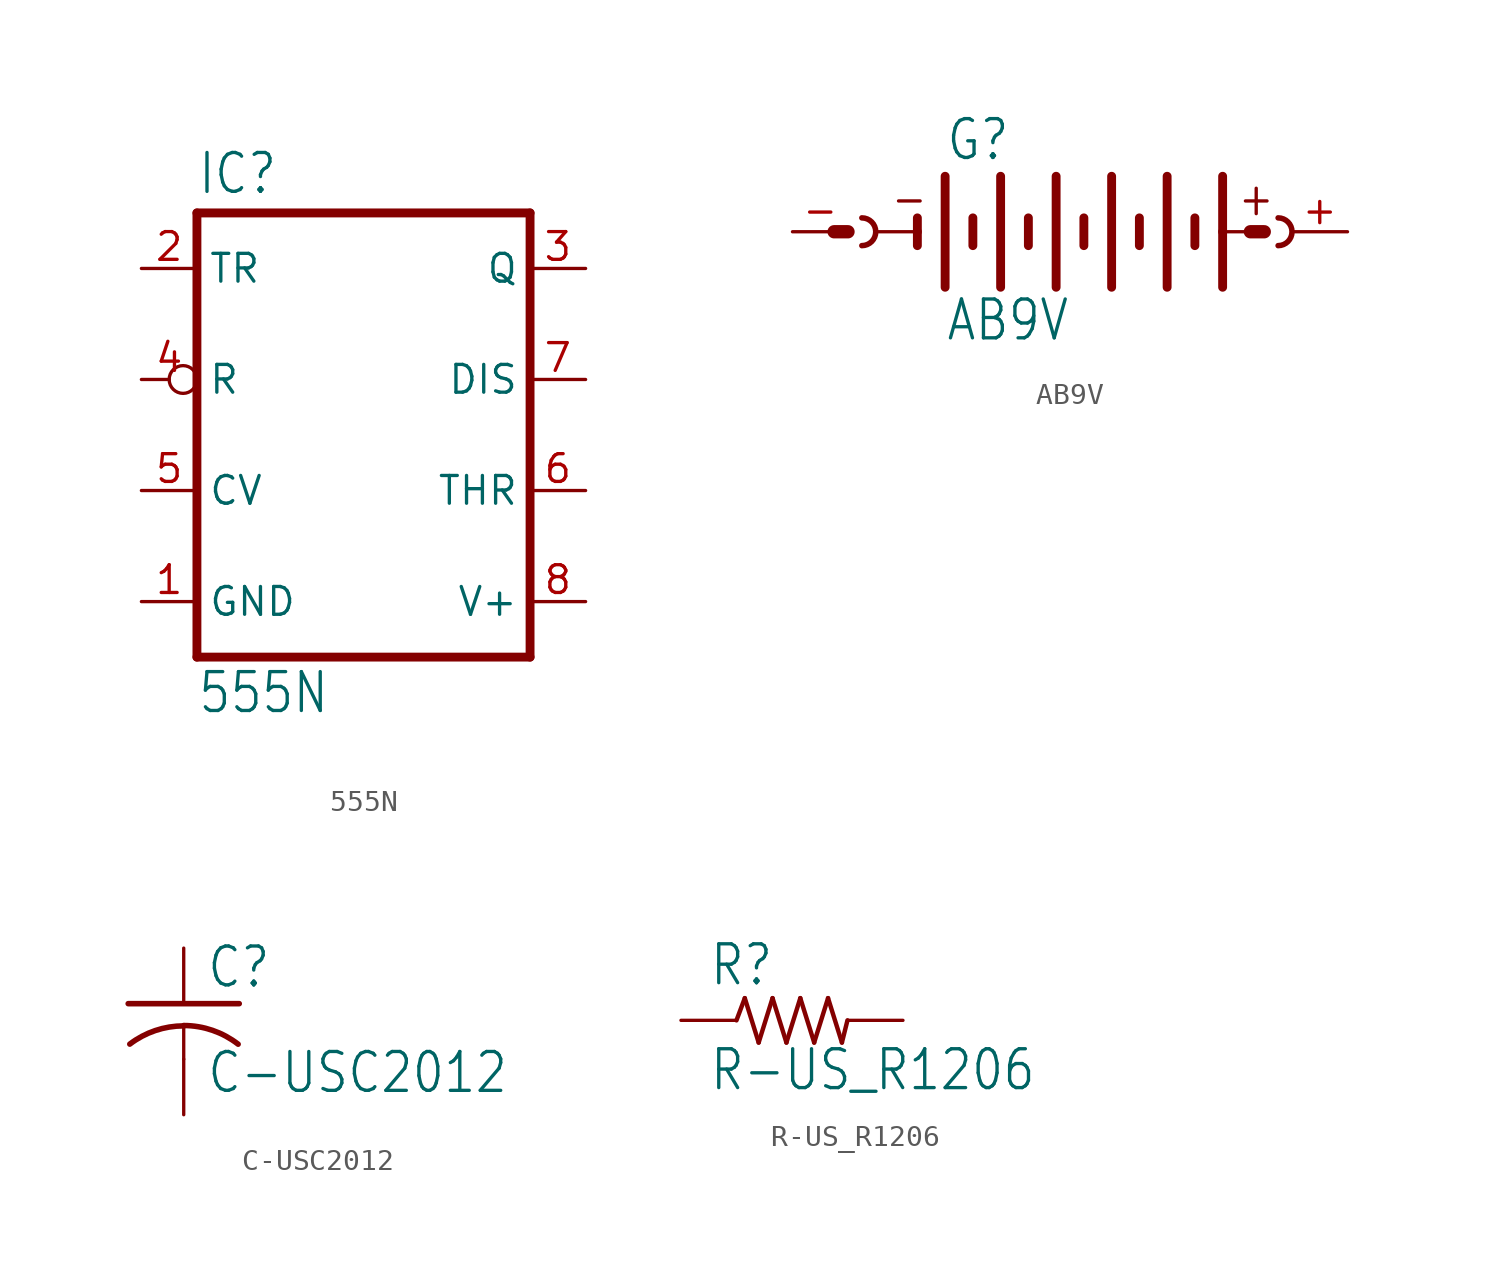
<source format=kicad_sym>
(kicad_symbol_lib
  (version 20211014)
  (generator kicad_symbol_editor)
  (symbol "555N"
    (property "Reference" "IC"
      (at -7.62 10.922 0)
      (effects (font (size 1.778 1.511)) (justify left bottom)))
    (property "Value" "555N"
      (at -7.62 -12.827 0)
      (effects (font (size 1.778 1.511)) (justify left bottom)))
    (property "ki_locked" ""
      (at 0 0 0)
      (effects (font (size 1.27 1.27))))
    (symbol "555N_1_0"
      (polyline (pts (xy -7.62 -10.16) (xy 7.62 -10.16)) (stroke (width 0.406) (type default) (color 0 0 0 0)) (fill (type none)))
      (polyline (pts (xy -7.62 10.16) (xy -7.62 -10.16)) (stroke (width 0.406) (type default) (color 0 0 0 0)) (fill (type none)))
      (polyline (pts (xy 7.62 -10.16) (xy 7.62 10.16)) (stroke (width 0.406) (type default) (color 0 0 0 0)) (fill (type none)))
      (polyline (pts (xy 7.62 10.16) (xy -7.62 10.16)) (stroke (width 0.406) (type default) (color 0 0 0 0)) (fill (type none)))
      (pin power_in line (at -10.16 -7.62 0) (length 2.54) (name "GND" (effects (font (size 1.27 1.27)))) (number "1" (effects (font (size 1.27 1.27)))))
      (pin input line (at -10.16 7.62 0) (length 2.54) (name "TR" (effects (font (size 1.27 1.27)))) (number "2" (effects (font (size 1.27 1.27)))))
      (pin output line (at 10.16 7.62 180) (length 2.54) (name "Q" (effects (font (size 1.27 1.27)))) (number "3" (effects (font (size 1.27 1.27)))))
      (pin input inverted (at -10.16 2.54 0) (length 2.54) (name "R" (effects (font (size 1.27 1.27)))) (number "4" (effects (font (size 1.27 1.27)))))
      (pin input line (at -10.16 -2.54 0) (length 2.54) (name "CV" (effects (font (size 1.27 1.27)))) (number "5" (effects (font (size 1.27 1.27)))))
      (pin input line (at 10.16 -2.54 180) (length 2.54) (name "THR" (effects (font (size 1.27 1.27)))) (number "6" (effects (font (size 1.27 1.27)))))
      (pin input line (at 10.16 2.54 180) (length 2.54) (name "DIS" (effects (font (size 1.27 1.27)))) (number "7" (effects (font (size 1.27 1.27)))))
      (pin power_in line (at 10.16 -7.62 180) (length 2.54) (name "V+" (effects (font (size 1.27 1.27)))) (number "8" (effects (font (size 1.27 1.27)))))))
  (symbol "AB9V"
    (property "Reference" "G"
      (at -5.715 3.175 0)
      (effects (font (size 1.778 1.511)) (justify left bottom)))
    (property "Value" "AB9V"
      (at -5.715 -5.08 0)
      (effects (font (size 1.778 1.511)) (justify left bottom)))
    (property "ki_locked" ""
      (at 0 0 0)
      (effects (font (size 1.27 1.27))))
    (symbol "AB9V_1_0"
      (arc (start -9.525 -0.635) (mid -8.89 0) (end -9.525 0.635) (stroke (width 0.254) (type default) (color 0 0 0 0)) (fill (type none)))
      (polyline (pts (xy -10.16 0) (xy -10.795 0)) (stroke (width 0.61) (type default) (color 0 0 0 0)) (fill (type none)))
      (polyline (pts (xy -8.89 0) (xy -6.985 0)) (stroke (width 0.152) (type default) (color 0 0 0 0)) (fill (type none)))
      (polyline (pts (xy -6.985 0) (xy -6.985 -0.635)) (stroke (width 0.406) (type default) (color 0 0 0 0)) (fill (type none)))
      (polyline (pts (xy -6.985 0.635) (xy -6.985 0)) (stroke (width 0.406) (type default) (color 0 0 0 0)) (fill (type none)))
      (polyline (pts (xy -5.715 2.54) (xy -5.715 -2.54)) (stroke (width 0.406) (type default) (color 0 0 0 0)) (fill (type none)))
      (polyline (pts (xy -4.445 0.635) (xy -4.445 -0.635)) (stroke (width 0.406) (type default) (color 0 0 0 0)) (fill (type none)))
      (polyline (pts (xy -3.175 2.54) (xy -3.175 -2.54)) (stroke (width 0.406) (type default) (color 0 0 0 0)) (fill (type none)))
      (polyline (pts (xy -1.905 0.635) (xy -1.905 -0.635)) (stroke (width 0.406) (type default) (color 0 0 0 0)) (fill (type none)))
      (polyline (pts (xy -0.635 2.54) (xy -0.635 -2.54)) (stroke (width 0.406) (type default) (color 0 0 0 0)) (fill (type none)))
      (polyline (pts (xy 0.635 0.635) (xy 0.635 -0.635)) (stroke (width 0.406) (type default) (color 0 0 0 0)) (fill (type none)))
      (polyline (pts (xy 1.905 2.54) (xy 1.905 -2.54)) (stroke (width 0.406) (type default) (color 0 0 0 0)) (fill (type none)))
      (polyline (pts (xy 3.175 0.635) (xy 3.175 -0.635)) (stroke (width 0.406) (type default) (color 0 0 0 0)) (fill (type none)))
      (polyline (pts (xy 4.445 2.54) (xy 4.445 -2.54)) (stroke (width 0.406) (type default) (color 0 0 0 0)) (fill (type none)))
      (polyline (pts (xy 5.715 0.635) (xy 5.715 -0.635)) (stroke (width 0.406) (type default) (color 0 0 0 0)) (fill (type none)))
      (polyline (pts (xy 6.985 0) (xy 6.985 -2.54)) (stroke (width 0.406) (type default) (color 0 0 0 0)) (fill (type none)))
      (polyline (pts (xy 6.985 0) (xy 8.255 0)) (stroke (width 0.152) (type default) (color 0 0 0 0)) (fill (type none)))
      (polyline (pts (xy 6.985 2.54) (xy 6.985 0)) (stroke (width 0.406) (type default) (color 0 0 0 0)) (fill (type none)))
      (polyline (pts (xy 8.255 0) (xy 8.89 0)) (stroke (width 0.61) (type default) (color 0 0 0 0)) (fill (type none)))
      (arc (start 9.525 -0.635) (mid 10.16 0) (end 9.525 0.635) (stroke (width 0.254) (type default) (color 0 0 0 0)) (fill (type none)))
      (text "+" (at 7.62 0.635 0) (effects (font (size 1.524 1.295)) (justify left bottom)))
      (text "-" (at -8.255 0.635 0) (effects (font (size 1.524 1.295)) (justify left bottom)))
      (pin passive line (at 12.7 0 180) (length 2.54) (name "+" (effects (font (size 0 0)))) (number "+" (effects (font (size 1.27 1.27)))))
      (pin passive line (at -12.7 0 0) (length 2.54) (name "-" (effects (font (size 0 0)))) (number "-" (effects (font (size 1.27 1.27)))))))
  (symbol "C-USC2012"
    (property "Reference" "C"
      (at 1.016 0.635 0)
      (effects (font (size 1.778 1.511)) (justify left bottom)))
    (property "Value" "C-USC2012"
      (at 1.016 -4.191 0)
      (effects (font (size 1.778 1.511)) (justify left bottom)))
    (property "ki_locked" ""
      (at 0 0 0)
      (effects (font (size 1.27 1.27))))
    (symbol "C-USC2012_1_0"
      (arc (start 0 -1.0161) (mid -1.302 -1.2303) (end -2.4668 -1.8504) (stroke (width 0.254) (type default) (color 0 0 0 0)) (fill (type none)))
      (polyline (pts (xy -2.54 0) (xy 2.54 0)) (stroke (width 0.254) (type default) (color 0 0 0 0)) (fill (type none)))
      (polyline (pts (xy 0 -1.016) (xy 0 -2.54)) (stroke (width 0.152) (type default) (color 0 0 0 0)) (fill (type none)))
      (arc (start 2.4892 -1.8542) (mid 1.3158 -1.2195) (end 0 -1) (stroke (width 0.254) (type default) (color 0 0 0 0)) (fill (type none)))
      (pin passive line (at 0 2.54 270) (length 2.54) (name "1" (effects (font (size 0 0)))) (number "1" (effects (font (size 0 0)))))
      (pin passive line (at 0 -5.08 90) (length 2.54) (name "2" (effects (font (size 0 0)))) (number "2" (effects (font (size 0 0)))))))
  (symbol "R-US_R1206"
    (property "Reference" "R"
      (at -3.81 1.499 0)
      (effects (font (size 1.778 1.511)) (justify left bottom)))
    (property "Value" "R-US_R1206"
      (at -3.81 -3.302 0)
      (effects (font (size 1.778 1.511)) (justify left bottom)))
    (property "ki_locked" ""
      (at 0 0 0)
      (effects (font (size 1.27 1.27))))
    (symbol "R-US_R1206_1_0"
      (polyline (pts (xy -2.54 0) (xy -2.159 1.016)) (stroke (width 0.203) (type default) (color 0 0 0 0)) (fill (type none)))
      (polyline (pts (xy -2.159 1.016) (xy -1.524 -1.016)) (stroke (width 0.203) (type default) (color 0 0 0 0)) (fill (type none)))
      (polyline (pts (xy -1.524 -1.016) (xy -0.889 1.016)) (stroke (width 0.203) (type default) (color 0 0 0 0)) (fill (type none)))
      (polyline (pts (xy -0.889 1.016) (xy -0.254 -1.016)) (stroke (width 0.203) (type default) (color 0 0 0 0)) (fill (type none)))
      (polyline (pts (xy -0.254 -1.016) (xy 0.381 1.016)) (stroke (width 0.203) (type default) (color 0 0 0 0)) (fill (type none)))
      (polyline (pts (xy 0.381 1.016) (xy 1.016 -1.016)) (stroke (width 0.203) (type default) (color 0 0 0 0)) (fill (type none)))
      (polyline (pts (xy 1.016 -1.016) (xy 1.651 1.016)) (stroke (width 0.203) (type default) (color 0 0 0 0)) (fill (type none)))
      (polyline (pts (xy 1.651 1.016) (xy 2.286 -1.016)) (stroke (width 0.203) (type default) (color 0 0 0 0)) (fill (type none)))
      (polyline (pts (xy 2.286 -1.016) (xy 2.54 0)) (stroke (width 0.203) (type default) (color 0 0 0 0)) (fill (type none)))
      (pin passive line (at -5.08 0 0) (length 2.54) (name "1" (effects (font (size 0 0)))) (number "1" (effects (font (size 0 0)))))
      (pin passive line (at 5.08 0 180) (length 2.54) (name "2" (effects (font (size 0 0)))) (number "2" (effects (font (size 0 0))))))))
</source>
